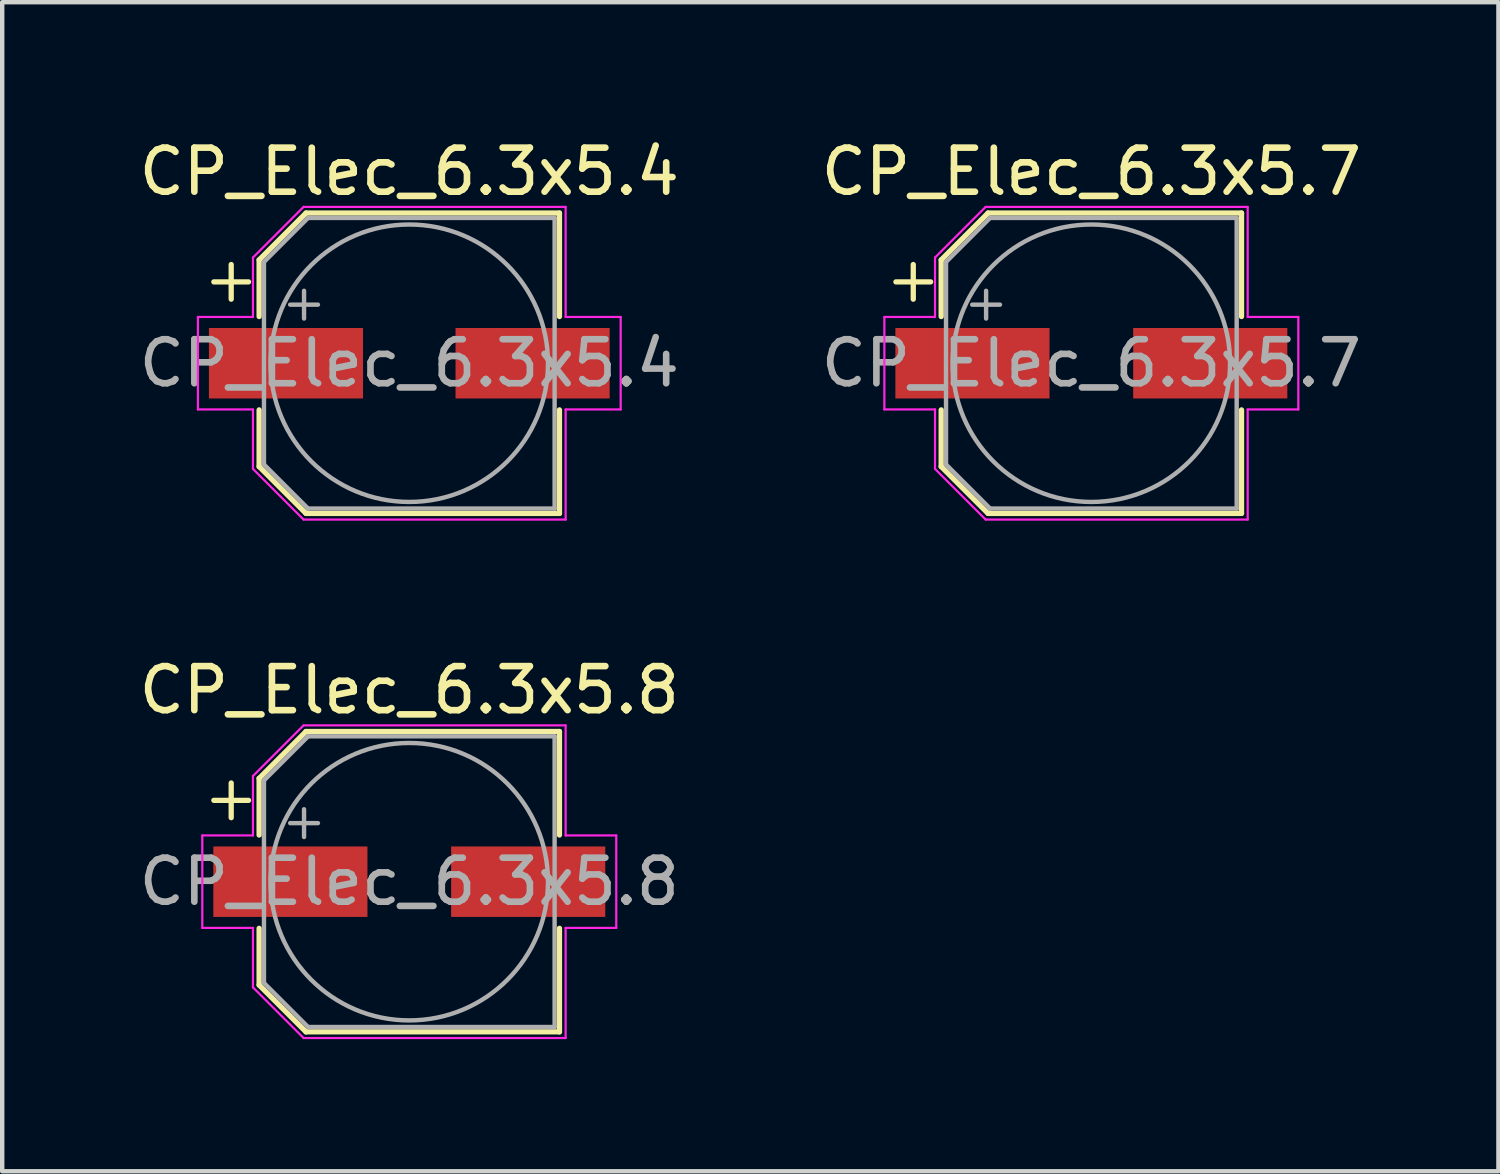
<source format=kicad_pcb>
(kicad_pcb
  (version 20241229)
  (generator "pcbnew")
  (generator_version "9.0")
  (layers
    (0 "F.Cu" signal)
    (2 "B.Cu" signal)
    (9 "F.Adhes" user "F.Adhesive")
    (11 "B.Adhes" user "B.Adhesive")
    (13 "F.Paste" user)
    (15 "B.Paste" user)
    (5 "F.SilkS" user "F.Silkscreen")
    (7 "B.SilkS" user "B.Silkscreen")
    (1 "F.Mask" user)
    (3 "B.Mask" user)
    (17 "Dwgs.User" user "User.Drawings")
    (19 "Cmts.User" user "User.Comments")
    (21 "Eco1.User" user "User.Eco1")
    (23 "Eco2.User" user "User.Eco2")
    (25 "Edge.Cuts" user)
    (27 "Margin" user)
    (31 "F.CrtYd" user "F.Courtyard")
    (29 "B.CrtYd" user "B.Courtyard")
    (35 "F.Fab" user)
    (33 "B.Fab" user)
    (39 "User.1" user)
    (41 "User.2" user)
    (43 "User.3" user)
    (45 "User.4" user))
  (footprint "CP_Elec_6.3x5.8"
    (layer "F.Cu")
    (at 6.244 16.971)
    (property "Reference" "CP_Elec_6.3x5.8" (at 0 -4.35 0) (layer "F.SilkS") (effects (font (size 1 1) (thickness 0.15))))
    (attr smd)
    (fp_line (start -4.438 -1.847) (end -3.65 -1.847) (stroke (width 0.12) (type solid)) (layer "F.SilkS"))
    (fp_line (start -4.044 -2.241) (end -4.044 -1.454) (stroke (width 0.12) (type solid)) (layer "F.SilkS"))
    (fp_line (start -3.41 -2.346) (end -3.41 -1.06) (stroke (width 0.12) (type solid)) (layer "F.SilkS"))
    (fp_line (start -3.41 -2.346) (end -2.346 -3.41) (stroke (width 0.12) (type solid)) (layer "F.SilkS"))
    (fp_line (start -3.41 2.346) (end -3.41 1.06) (stroke (width 0.12) (type solid)) (layer "F.SilkS"))
    (fp_line (start -3.41 2.346) (end -2.346 3.41) (stroke (width 0.12) (type solid)) (layer "F.SilkS"))
    (fp_line (start -2.346 -3.41) (end 3.41 -3.41) (stroke (width 0.12) (type solid)) (layer "F.SilkS"))
    (fp_line (start -2.346 3.41) (end 3.41 3.41) (stroke (width 0.12) (type solid)) (layer "F.SilkS"))
    (fp_line (start 3.41 -3.41) (end 3.41 -1.06) (stroke (width 0.12) (type solid)) (layer "F.SilkS"))
    (fp_line (start 3.41 3.41) (end 3.41 1.06) (stroke (width 0.12) (type solid)) (layer "F.SilkS"))
    (fp_line (start -4.7 -1.05) (end -4.7 1.05) (stroke (width 0.05) (type solid)) (layer "F.CrtYd"))
    (fp_line (start -4.7 1.05) (end -3.55 1.05) (stroke (width 0.05) (type solid)) (layer "F.CrtYd"))
    (fp_line (start -3.55 -2.4) (end -3.55 -1.05) (stroke (width 0.05) (type solid)) (layer "F.CrtYd"))
    (fp_line (start -3.55 -2.4) (end -2.4 -3.55) (stroke (width 0.05) (type solid)) (layer "F.CrtYd"))
    (fp_line (start -3.55 -1.05) (end -4.7 -1.05) (stroke (width 0.05) (type solid)) (layer "F.CrtYd"))
    (fp_line (start -3.55 1.05) (end -3.55 2.4) (stroke (width 0.05) (type solid)) (layer "F.CrtYd"))
    (fp_line (start -3.55 2.4) (end -2.4 3.55) (stroke (width 0.05) (type solid)) (layer "F.CrtYd"))
    (fp_line (start -2.4 -3.55) (end 3.55 -3.55) (stroke (width 0.05) (type solid)) (layer "F.CrtYd"))
    (fp_line (start -2.4 3.55) (end 3.55 3.55) (stroke (width 0.05) (type solid)) (layer "F.CrtYd"))
    (fp_line (start 3.55 -3.55) (end 3.55 -1.05) (stroke (width 0.05) (type solid)) (layer "F.CrtYd"))
    (fp_line (start 3.55 -1.05) (end 4.7 -1.05) (stroke (width 0.05) (type solid)) (layer "F.CrtYd"))
    (fp_line (start 3.55 1.05) (end 3.55 3.55) (stroke (width 0.05) (type solid)) (layer "F.CrtYd"))
    (fp_line (start 4.7 -1.05) (end 4.7 1.05) (stroke (width 0.05) (type solid)) (layer "F.CrtYd"))
    (fp_line (start 4.7 1.05) (end 3.55 1.05) (stroke (width 0.05) (type solid)) (layer "F.CrtYd"))
    (fp_line (start -3.3 -2.3) (end -3.3 2.3) (stroke (width 0.1) (type solid)) (layer "F.Fab"))
    (fp_line (start -3.3 -2.3) (end -2.3 -3.3) (stroke (width 0.1) (type solid)) (layer "F.Fab"))
    (fp_line (start -3.3 2.3) (end -2.3 3.3) (stroke (width 0.1) (type solid)) (layer "F.Fab"))
    (fp_line (start -2.705 -1.33) (end -2.075 -1.33) (stroke (width 0.1) (type solid)) (layer "F.Fab"))
    (fp_line (start -2.39 -1.645) (end -2.39 -1.015) (stroke (width 0.1) (type solid)) (layer "F.Fab"))
    (fp_line (start -2.3 -3.3) (end 3.3 -3.3) (stroke (width 0.1) (type solid)) (layer "F.Fab"))
    (fp_line (start -2.3 3.3) (end 3.3 3.3) (stroke (width 0.1) (type solid)) (layer "F.Fab"))
    (fp_line (start 3.3 -3.3) (end 3.3 3.3) (stroke (width 0.1) (type solid)) (layer "F.Fab"))
    (fp_circle (center 0 0) (end 3.15 0) (stroke (width 0.1) (type solid)) (fill no) (layer "F.Fab"))
    (fp_text user "${REFERENCE}" (at 0 0 0) (layer "F.Fab") (effects (font (size 1 1) (thickness 0.15))))
    (pad "1" smd rect (at -2.7 0) (size 3.5 1.6) (layers "F.Cu" "F.Mask" "F.Paste"))
    (pad "2" smd rect (at 2.7 0) (size 3.5 1.6) (layers "F.Cu" "F.Mask" "F.Paste")))
  (footprint "CP_Elec_6.3x5.4"
    (layer "F.Cu")
    (at 6.244 5.198)
    (property "Reference" "CP_Elec_6.3x5.4" (at 0 -4.35 0) (layer "F.SilkS") (effects (font (size 1 1) (thickness 0.15))))
    (attr smd)
    (fp_line (start -4.438 -1.847) (end -3.65 -1.847) (stroke (width 0.12) (type solid)) (layer "F.SilkS"))
    (fp_line (start -4.044 -2.241) (end -4.044 -1.454) (stroke (width 0.12) (type solid)) (layer "F.SilkS"))
    (fp_line (start -3.41 -2.346) (end -3.41 -1.06) (stroke (width 0.12) (type solid)) (layer "F.SilkS"))
    (fp_line (start -3.41 -2.346) (end -2.346 -3.41) (stroke (width 0.12) (type solid)) (layer "F.SilkS"))
    (fp_line (start -3.41 2.346) (end -3.41 1.06) (stroke (width 0.12) (type solid)) (layer "F.SilkS"))
    (fp_line (start -3.41 2.346) (end -2.346 3.41) (stroke (width 0.12) (type solid)) (layer "F.SilkS"))
    (fp_line (start -2.346 -3.41) (end 3.41 -3.41) (stroke (width 0.12) (type solid)) (layer "F.SilkS"))
    (fp_line (start -2.346 3.41) (end 3.41 3.41) (stroke (width 0.12) (type solid)) (layer "F.SilkS"))
    (fp_line (start 3.41 -3.41) (end 3.41 -1.06) (stroke (width 0.12) (type solid)) (layer "F.SilkS"))
    (fp_line (start 3.41 3.41) (end 3.41 1.06) (stroke (width 0.12) (type solid)) (layer "F.SilkS"))
    (fp_line (start -4.8 -1.05) (end -4.8 1.05) (stroke (width 0.05) (type solid)) (layer "F.CrtYd"))
    (fp_line (start -4.8 1.05) (end -3.55 1.05) (stroke (width 0.05) (type solid)) (layer "F.CrtYd"))
    (fp_line (start -3.55 -2.4) (end -3.55 -1.05) (stroke (width 0.05) (type solid)) (layer "F.CrtYd"))
    (fp_line (start -3.55 -2.4) (end -2.4 -3.55) (stroke (width 0.05) (type solid)) (layer "F.CrtYd"))
    (fp_line (start -3.55 -1.05) (end -4.8 -1.05) (stroke (width 0.05) (type solid)) (layer "F.CrtYd"))
    (fp_line (start -3.55 1.05) (end -3.55 2.4) (stroke (width 0.05) (type solid)) (layer "F.CrtYd"))
    (fp_line (start -3.55 2.4) (end -2.4 3.55) (stroke (width 0.05) (type solid)) (layer "F.CrtYd"))
    (fp_line (start -2.4 -3.55) (end 3.55 -3.55) (stroke (width 0.05) (type solid)) (layer "F.CrtYd"))
    (fp_line (start -2.4 3.55) (end 3.55 3.55) (stroke (width 0.05) (type solid)) (layer "F.CrtYd"))
    (fp_line (start 3.55 -3.55) (end 3.55 -1.05) (stroke (width 0.05) (type solid)) (layer "F.CrtYd"))
    (fp_line (start 3.55 -1.05) (end 4.8 -1.05) (stroke (width 0.05) (type solid)) (layer "F.CrtYd"))
    (fp_line (start 3.55 1.05) (end 3.55 3.55) (stroke (width 0.05) (type solid)) (layer "F.CrtYd"))
    (fp_line (start 4.8 -1.05) (end 4.8 1.05) (stroke (width 0.05) (type solid)) (layer "F.CrtYd"))
    (fp_line (start 4.8 1.05) (end 3.55 1.05) (stroke (width 0.05) (type solid)) (layer "F.CrtYd"))
    (fp_line (start -3.3 -2.3) (end -3.3 2.3) (stroke (width 0.1) (type solid)) (layer "F.Fab"))
    (fp_line (start -3.3 -2.3) (end -2.3 -3.3) (stroke (width 0.1) (type solid)) (layer "F.Fab"))
    (fp_line (start -3.3 2.3) (end -2.3 3.3) (stroke (width 0.1) (type solid)) (layer "F.Fab"))
    (fp_line (start -2.705 -1.33) (end -2.075 -1.33) (stroke (width 0.1) (type solid)) (layer "F.Fab"))
    (fp_line (start -2.39 -1.645) (end -2.39 -1.015) (stroke (width 0.1) (type solid)) (layer "F.Fab"))
    (fp_line (start -2.3 -3.3) (end 3.3 -3.3) (stroke (width 0.1) (type solid)) (layer "F.Fab"))
    (fp_line (start -2.3 3.3) (end 3.3 3.3) (stroke (width 0.1) (type solid)) (layer "F.Fab"))
    (fp_line (start 3.3 -3.3) (end 3.3 3.3) (stroke (width 0.1) (type solid)) (layer "F.Fab"))
    (fp_circle (center 0 0) (end 3.15 0) (stroke (width 0.1) (type solid)) (fill no) (layer "F.Fab"))
    (fp_text user "${REFERENCE}" (at 0 0 0) (layer "F.Fab") (effects (font (size 1 1) (thickness 0.15))))
    (pad "1" smd rect (at -2.8 0) (size 3.5 1.6) (layers "F.Cu" "F.Mask" "F.Paste"))
    (pad "2" smd rect (at 2.8 0) (size 3.5 1.6) (layers "F.Cu" "F.Mask" "F.Paste")))
  (footprint "CP_Elec_6.3x5.7"
    (layer "F.Cu")
    (at 21.732 5.198)
    (property "Reference" "CP_Elec_6.3x5.7" (at 0 -4.35 0) (layer "F.SilkS") (effects (font (size 1 1) (thickness 0.15))))
    (attr smd)
    (fp_line (start -4.438 -1.847) (end -3.65 -1.847) (stroke (width 0.12) (type solid)) (layer "F.SilkS"))
    (fp_line (start -4.044 -2.241) (end -4.044 -1.454) (stroke (width 0.12) (type solid)) (layer "F.SilkS"))
    (fp_line (start -3.41 -2.346) (end -3.41 -1.06) (stroke (width 0.12) (type solid)) (layer "F.SilkS"))
    (fp_line (start -3.41 -2.346) (end -2.346 -3.41) (stroke (width 0.12) (type solid)) (layer "F.SilkS"))
    (fp_line (start -3.41 2.346) (end -3.41 1.06) (stroke (width 0.12) (type solid)) (layer "F.SilkS"))
    (fp_line (start -3.41 2.346) (end -2.346 3.41) (stroke (width 0.12) (type solid)) (layer "F.SilkS"))
    (fp_line (start -2.346 -3.41) (end 3.41 -3.41) (stroke (width 0.12) (type solid)) (layer "F.SilkS"))
    (fp_line (start -2.346 3.41) (end 3.41 3.41) (stroke (width 0.12) (type solid)) (layer "F.SilkS"))
    (fp_line (start 3.41 -3.41) (end 3.41 -1.06) (stroke (width 0.12) (type solid)) (layer "F.SilkS"))
    (fp_line (start 3.41 3.41) (end 3.41 1.06) (stroke (width 0.12) (type solid)) (layer "F.SilkS"))
    (fp_line (start -4.7 -1.05) (end -4.7 1.05) (stroke (width 0.05) (type solid)) (layer "F.CrtYd"))
    (fp_line (start -4.7 1.05) (end -3.55 1.05) (stroke (width 0.05) (type solid)) (layer "F.CrtYd"))
    (fp_line (start -3.55 -2.4) (end -3.55 -1.05) (stroke (width 0.05) (type solid)) (layer "F.CrtYd"))
    (fp_line (start -3.55 -2.4) (end -2.4 -3.55) (stroke (width 0.05) (type solid)) (layer "F.CrtYd"))
    (fp_line (start -3.55 -1.05) (end -4.7 -1.05) (stroke (width 0.05) (type solid)) (layer "F.CrtYd"))
    (fp_line (start -3.55 1.05) (end -3.55 2.4) (stroke (width 0.05) (type solid)) (layer "F.CrtYd"))
    (fp_line (start -3.55 2.4) (end -2.4 3.55) (stroke (width 0.05) (type solid)) (layer "F.CrtYd"))
    (fp_line (start -2.4 -3.55) (end 3.55 -3.55) (stroke (width 0.05) (type solid)) (layer "F.CrtYd"))
    (fp_line (start -2.4 3.55) (end 3.55 3.55) (stroke (width 0.05) (type solid)) (layer "F.CrtYd"))
    (fp_line (start 3.55 -3.55) (end 3.55 -1.05) (stroke (width 0.05) (type solid)) (layer "F.CrtYd"))
    (fp_line (start 3.55 -1.05) (end 4.7 -1.05) (stroke (width 0.05) (type solid)) (layer "F.CrtYd"))
    (fp_line (start 3.55 1.05) (end 3.55 3.55) (stroke (width 0.05) (type solid)) (layer "F.CrtYd"))
    (fp_line (start 4.7 -1.05) (end 4.7 1.05) (stroke (width 0.05) (type solid)) (layer "F.CrtYd"))
    (fp_line (start 4.7 1.05) (end 3.55 1.05) (stroke (width 0.05) (type solid)) (layer "F.CrtYd"))
    (fp_line (start -3.3 -2.3) (end -3.3 2.3) (stroke (width 0.1) (type solid)) (layer "F.Fab"))
    (fp_line (start -3.3 -2.3) (end -2.3 -3.3) (stroke (width 0.1) (type solid)) (layer "F.Fab"))
    (fp_line (start -3.3 2.3) (end -2.3 3.3) (stroke (width 0.1) (type solid)) (layer "F.Fab"))
    (fp_line (start -2.705 -1.33) (end -2.075 -1.33) (stroke (width 0.1) (type solid)) (layer "F.Fab"))
    (fp_line (start -2.39 -1.645) (end -2.39 -1.015) (stroke (width 0.1) (type solid)) (layer "F.Fab"))
    (fp_line (start -2.3 -3.3) (end 3.3 -3.3) (stroke (width 0.1) (type solid)) (layer "F.Fab"))
    (fp_line (start -2.3 3.3) (end 3.3 3.3) (stroke (width 0.1) (type solid)) (layer "F.Fab"))
    (fp_line (start 3.3 -3.3) (end 3.3 3.3) (stroke (width 0.1) (type solid)) (layer "F.Fab"))
    (fp_circle (center 0 0) (end 3.15 0) (stroke (width 0.1) (type solid)) (fill no) (layer "F.Fab"))
    (fp_text user "${REFERENCE}" (at 0 0 0) (layer "F.Fab") (effects (font (size 1 1) (thickness 0.15))))
    (pad "1" smd rect (at -2.7 0) (size 3.5 1.6) (layers "F.Cu" "F.Mask" "F.Paste"))
    (pad "2" smd rect (at 2.7 0) (size 3.5 1.6) (layers "F.Cu" "F.Mask" "F.Paste")))
  (gr_rect
    (start -3 -3)
    (end 30.976 23.547)
    (stroke (width 0.1) (type default))
    (fill no)
    (layer "Edge.Cuts")))
</source>
